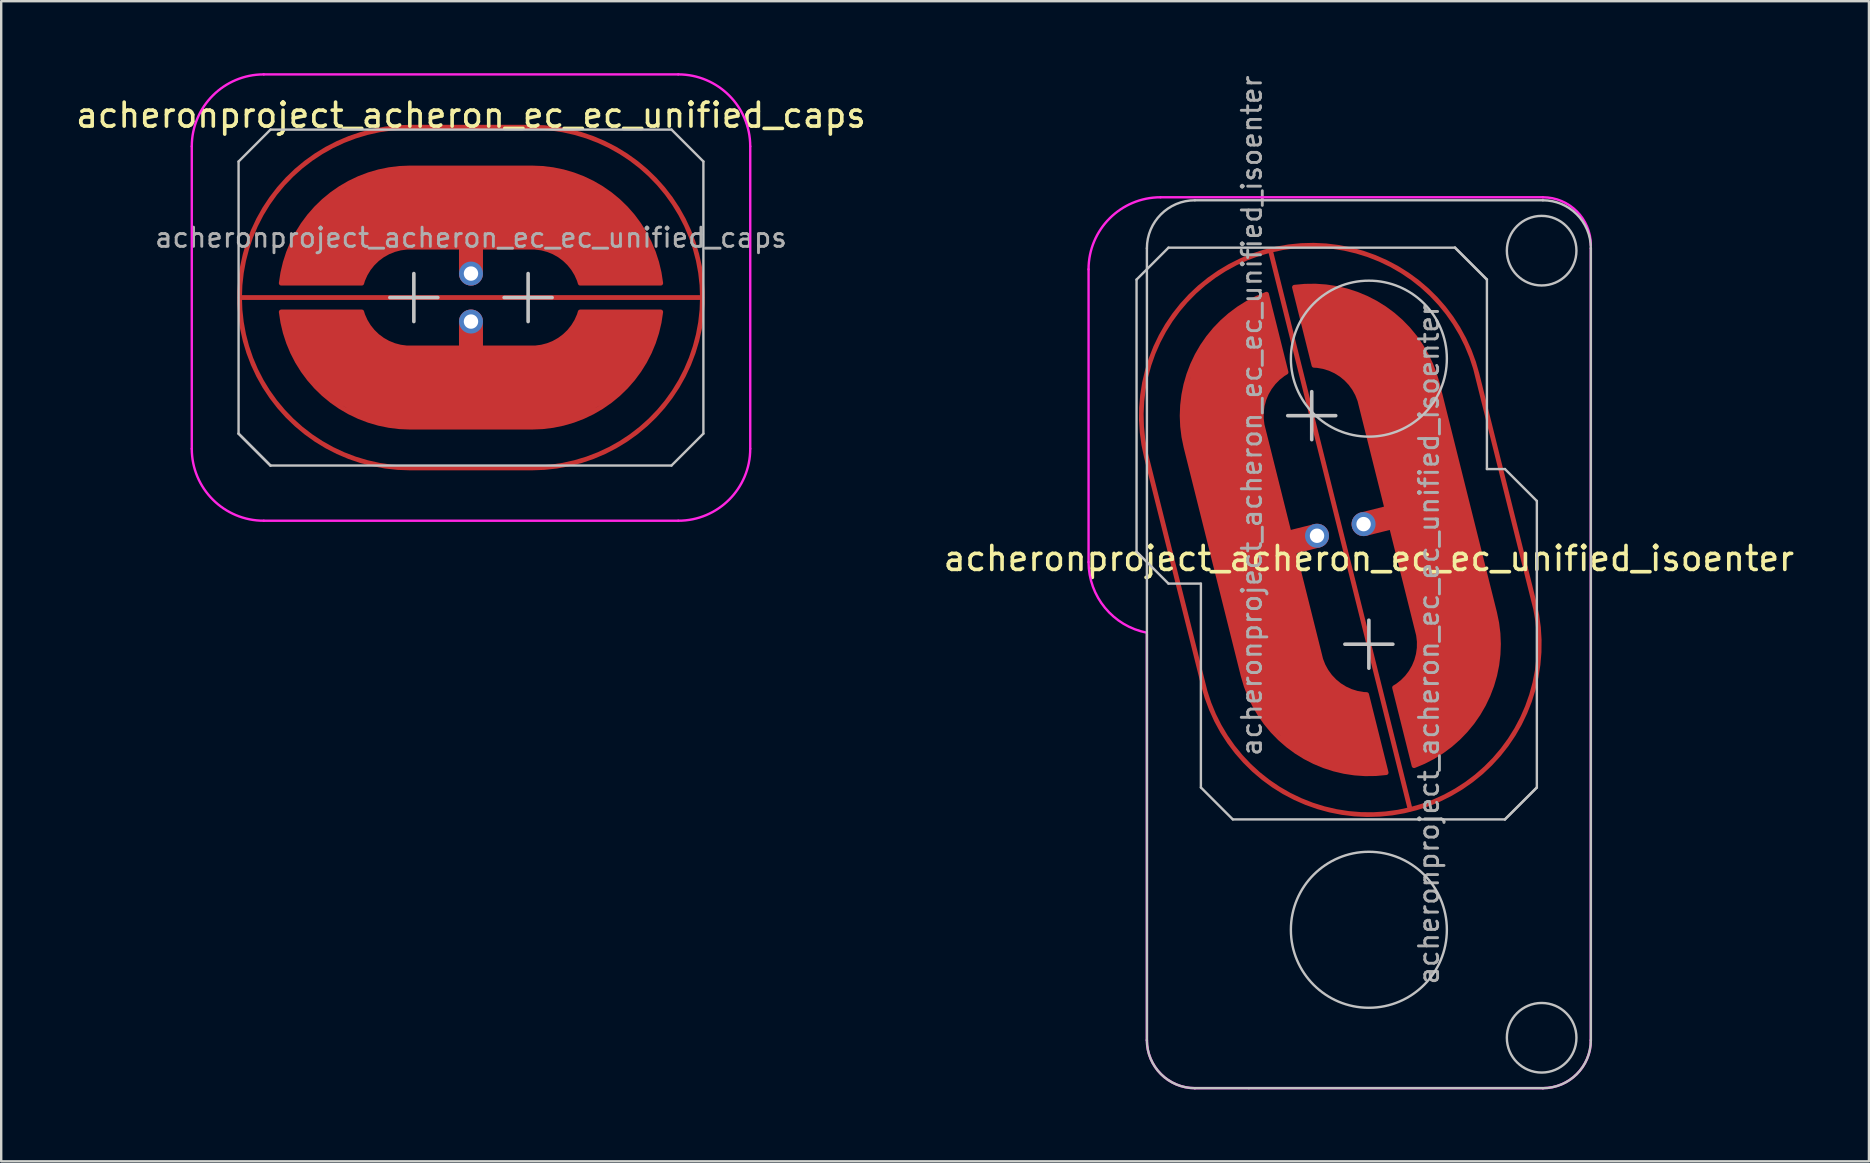
<source format=kicad_pcb>
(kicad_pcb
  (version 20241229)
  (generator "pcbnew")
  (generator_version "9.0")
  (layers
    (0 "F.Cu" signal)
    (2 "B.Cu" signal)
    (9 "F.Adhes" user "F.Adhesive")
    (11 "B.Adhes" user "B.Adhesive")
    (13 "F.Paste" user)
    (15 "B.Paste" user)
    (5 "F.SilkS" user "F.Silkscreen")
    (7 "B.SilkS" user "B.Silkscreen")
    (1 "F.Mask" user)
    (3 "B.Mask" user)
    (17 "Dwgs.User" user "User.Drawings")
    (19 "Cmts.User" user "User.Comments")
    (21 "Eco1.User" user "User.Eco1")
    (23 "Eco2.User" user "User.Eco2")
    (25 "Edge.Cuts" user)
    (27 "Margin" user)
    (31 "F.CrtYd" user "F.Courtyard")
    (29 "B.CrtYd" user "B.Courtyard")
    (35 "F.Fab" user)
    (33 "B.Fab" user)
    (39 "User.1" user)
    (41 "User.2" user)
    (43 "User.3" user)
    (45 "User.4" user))
  (footprint "acheronproject_acheron_ec_ec_unified_caps"
    (layer "F.Cu")
    (at 16.577 9.35)
    (property "Reference" "acheronproject_acheron_ec_ec_unified_caps" (at 0 -7.6 0) (layer "F.SilkS") (effects (font (size 1 1) (thickness 0.15))))
    (attr through_hole)
    (fp_line (start -9.685 -5.669) (end -8.355 -6.999) (stroke (width 0.1) (type solid)) (layer "Dwgs.User"))
    (fp_line (start -9.685 5.671) (end -9.685 -5.669) (stroke (width 0.1) (type solid)) (layer "Dwgs.User"))
    (fp_line (start -9.685 5.671) (end -8.355 7.001) (stroke (width 0.1) (type solid)) (layer "Dwgs.User"))
    (fp_line (start -8.355 -6.999) (end 8.355 -7) (stroke (width 0.1) (type solid)) (layer "Dwgs.User"))
    (fp_line (start -8.355 7.001) (end -9.685 5.671) (stroke (width 0.1) (type solid)) (layer "Dwgs.User"))
    (fp_line (start -8.355 7.001) (end 8.355 7) (stroke (width 0.1) (type solid)) (layer "Dwgs.User"))
    (fp_line (start -3.381 0) (end -1.381 0) (stroke (width 0.15) (type default)) (layer "Dwgs.User"))
    (fp_line (start -2.381 -1) (end -2.381 1) (stroke (width 0.15) (type default)) (layer "Dwgs.User"))
    (fp_line (start 1.381 0) (end 3.381 0) (stroke (width 0.15) (type default)) (layer "Dwgs.User"))
    (fp_line (start 2.381 -1) (end 2.381 1) (stroke (width 0.15) (type default)) (layer "Dwgs.User"))
    (fp_line (start 8.355 -7) (end 9.685 -5.67) (stroke (width 0.1) (type solid)) (layer "Dwgs.User"))
    (fp_line (start 9.685 -5.67) (end 9.685 5.67) (stroke (width 0.1) (type solid)) (layer "Dwgs.User"))
    (fp_line (start 9.685 5.67) (end 8.355 7) (stroke (width 0.1) (type solid)) (layer "Dwgs.User"))
    (fp_line (start -11.635 6.3) (end -11.635 -6.3) (stroke (width 0.1) (type solid)) (layer "F.CrtYd"))
    (fp_line (start 8.637 -9.3) (end -8.635 -9.3) (stroke (width 0.1) (type solid)) (layer "F.CrtYd"))
    (fp_line (start 8.637 9.3) (end -8.635 9.3) (stroke (width 0.1) (type solid)) (layer "F.CrtYd"))
    (fp_line (start 11.637 -6.3) (end 11.637 6.3) (stroke (width 0.1) (type solid)) (layer "F.CrtYd"))
    (fp_arc (start -11.63503 -6.3) (mid -10.75635 -8.42132) (end -8.63503 -9.3) (stroke (width 0.1) (type solid)) (layer "F.CrtYd"))
    (fp_arc (start -8.63503 9.3) (mid -10.75635 8.42132) (end -11.63503 6.3) (stroke (width 0.1) (type solid)) (layer "F.CrtYd"))
    (fp_arc (start 8.636842 -9.3) (mid 10.758162 -8.42132) (end 11.636842 -6.3) (stroke (width 0.1) (type solid)) (layer "F.CrtYd"))
    (fp_arc (start 11.636842 6.3) (mid 10.758162 8.42132) (end 8.636842 9.3) (stroke (width 0.1) (type solid)) (layer "F.CrtYd"))
    (fp_text user "${REFERENCE}" (at 0 -2.498 0) (layer "F.Fab") (effects (font (size 0.8 0.8) (thickness 0.12))))
    (pad "1" smd custom (at 0 -7.1) (size 0.2 0.2) (layers "F.Cu") (options (anchor circle)) (primitives (gr_line (start -2.54 0) (end 2.54 0) (width 0.2)) (gr_arc (start 2.54 0) (mid 9.64 7.1) (end 2.54 14.2) (width 0.2)) (gr_line (start -9.64 7.1) (end 9.64 7.1) (width 0.2)) (gr_arc (start -2.54 14.2) (mid -9.64 7.1) (end -2.54 0) (width 0.2)) (gr_line (start -2.54 14.2) (end 2.54 14.2) (width 0.2))))
    (pad "2" smd custom (at 0 -4.1 270) (size 0.2 0.2) (layers "F.Cu") (options (anchor circle)) (primitives (gr_rect (start -1.3 -2.54) (end 2 2.54) (width 0.2) (fill yes)) (gr_arc (start 3.5 4.55246) (mid 2.416255 3.794989) (end 2.000001 2.54) (width 0.2)) (gr_arc (start 3.499999 7.906562) (mid 0.075078 6.139999) (end -1.299999 2.54) (width 0.2)) (gr_line (start 3.5 4.552) (end 3.5 7.907) (width 0.2)) (gr_poly (pts (xy 3.1 7.84) (xy 2.1 7.54) (xy 1.1 7.04) (xy 0.1 6.14) (xy -0.9 4.54) (xy -1.2 3.54) (xy -1.3 2.54) (xy 2 2.54) (xy 2.2 3.54) (xy 3.1 4.34) (xy 3.5 4.552) (xy 3.5 7.907)) (width 0) (fill yes)) (gr_line (start 3.1 0) (end 0.6 0) (width 1)) (gr_arc (start -1.299999 -2.54) (mid 0.073782 -6.138549) (end 3.496134 -7.906128) (width 0.2)) (gr_line (start 3.5 -4.552) (end 3.5 -7.907) (width 0.2)) (gr_arc (start 2.000001 -2.54) (mid 2.415194 -3.793565) (end 3.496598 -4.551443) (width 0.2)) (gr_poly (pts (xy -1.3 -2.54) (xy -1.2 -3.54) (xy -0.9 -4.54) (xy 0.1 -6.14) (xy 1.1 -7.04) (xy 2.1 -7.54) (xy 3.1 -7.84) (xy 3.5 -7.907) (xy 3.5 -4.552) (xy 3.1 -4.34) (xy 2.2 -3.54) (xy 2 -2.54)) (width 0) (fill yes))))
    (pad "2" thru_hole circle (at 0 -1 270) (size 1 1) (drill 0.6) (layers "*.Cu" "B.Mask"))
    (pad "3" thru_hole circle (at 0 1 270) (size 1 1) (drill 0.6) (layers "*.Cu" "B.Mask"))
    (pad "3" smd circle (at 0 2.247 270) (size 0.2 0.2) (layers "F.Cu"))
    (pad "3" smd custom (at 0 4.1 90) (size 0.2 0.2) (layers "F.Cu") (options (anchor circle)) (primitives (gr_rect (start -1.3 -2.54) (end 2 2.54) (width 0.2) (fill yes)) (gr_arc (start 3.5 4.55246) (mid 2.416255 3.794989) (end 2.000001 2.54) (width 0.2)) (gr_arc (start 3.499999 7.906562) (mid 0.075078 6.139999) (end -1.299999 2.54) (width 0.2)) (gr_line (start 3.5 4.552) (end 3.5 7.907) (width 0.2)) (gr_poly (pts (xy 3.1 7.84) (xy 2.1 7.54) (xy 1.1 7.04) (xy 0.1 6.14) (xy -0.9 4.54) (xy -1.2 3.54) (xy -1.3 2.54) (xy 2 2.54) (xy 2.2 3.54) (xy 3.1 4.34) (xy 3.5 4.552) (xy 3.5 7.907)) (width 0) (fill yes)) (gr_line (start 3.1 0) (end 0.6 0) (width 1)) (gr_arc (start -1.299999 -2.54) (mid 0.073782 -6.138549) (end 3.496134 -7.906128) (width 0.2)) (gr_line (start 3.5 -4.552) (end 3.5 -7.907) (width 0.2)) (gr_arc (start 2.000001 -2.54) (mid 2.415194 -3.793565) (end 3.496598 -4.551443) (width 0.2)) (gr_poly (pts (xy -1.3 -2.54) (xy -1.2 -3.54) (xy -0.9 -4.54) (xy 0.1 -6.14) (xy 1.1 -7.04) (xy 2.1 -7.54) (xy 3.1 -7.84) (xy 3.5 -7.907) (xy 3.5 -4.552) (xy 3.1 -4.34) (xy 2.2 -3.54) (xy 2 -2.54)) (width 0) (fill yes))))
    (zone (net_name "") (layer "F.Cu") (hatch edge 0.508) (connect_pads) (min_thickness 0.254) (filled_areas_thickness no) (keepout (tracks allowed) (vias allowed) (pads allowed) (copperpour not_allowed) (footprints allowed)) (placement (enabled no)) (fill) (polygon (pts (xy 19.117 2.25) (xy 20.117 2.35) (xy 21.017 2.55) (xy 22.117 2.95) (xy 23.117 3.45) (xy 24.117 4.25) (xy 25.017 5.35) (xy 25.517 6.35) (xy 25.917 7.35) (xy 26.117 8.35) (xy 26.217 9.35) (xy 26.117 10.35) (xy 25.917 11.35) (xy 25.517 12.35) (xy 25.017 13.35) (xy 24.117 14.35) (xy 23.577 14.85) (xy 23.117 15.25) (xy 22.117 15.75) (xy 21.117 16.15) (xy 20.117 16.35) (xy 19.117 16.45) (xy 14.037 16.45) (xy 13.037 16.35) (xy 12.037 16.15) (xy 11.037 15.75) (xy 10.237 15.35) (xy 8.937 14.35) (xy 8.137 13.35) (xy 7.537 12.35) (xy 7.237 11.35) (xy 7.037 10.35) (xy 6.937 9.35) (xy 7.037 8.35) (xy 7.237 7.35) (xy 7.637 6.35) (xy 8.137 5.35) (xy 9.037 4.35) (xy 10.037 3.45) (xy 11.037 2.95) (xy 12.037 2.55) (xy 13.037 2.35) (xy 14.037 2.25)))))
  (footprint "acheronproject_acheron_ec_ec_unified_isoenter"
    (layer "F.Cu")
    (at 53.994 23.796)
    (property "Reference" "acheronproject_acheron_ec_ec_unified_isoenter" (at 0 -3.572 0) (layer "F.SilkS") (effects (font (size 1 1) (thickness 0.15))))
    (attr through_hole)
    (fp_line (start -9.681 -15.195) (end -8.351 -16.525) (stroke (width 0.1) (type solid)) (layer "Dwgs.User"))
    (fp_line (start -9.681 -3.855) (end -9.681 -15.195) (stroke (width 0.1) (type solid)) (layer "Dwgs.User"))
    (fp_line (start -9.25 16.5) (end -9.25 -16.5) (stroke (width 0.1) (type solid)) (layer "Dwgs.User"))
    (fp_line (start -8.351 -16.525) (end 3.589 -16.525) (stroke (width 0.1) (type solid)) (layer "Dwgs.User"))
    (fp_line (start -8.351 -2.525) (end -9.681 -3.855) (stroke (width 0.1) (type solid)) (layer "Dwgs.User"))
    (fp_line (start -7.25 -18.5) (end 7.25 -18.5) (stroke (width 0.1) (type solid)) (layer "Dwgs.User"))
    (fp_line (start -7 -2.525) (end -8.351 -2.525) (stroke (width 0.1) (type solid)) (layer "Dwgs.User"))
    (fp_line (start -7 5.97) (end -7 -2.525) (stroke (width 0.1) (type solid)) (layer "Dwgs.User"))
    (fp_line (start -5.67 7.3) (end -7 5.97) (stroke (width 0.1) (type solid)) (layer "Dwgs.User"))
    (fp_line (start -5 18.5) (end -7.25 18.5) (stroke (width 0.1) (type solid)) (layer "Dwgs.User"))
    (fp_line (start -5 18.5) (end 7.25 18.5) (stroke (width 0.1) (type solid)) (layer "Dwgs.User"))
    (fp_line (start -3.381 -9.525) (end -1.381 -9.525) (stroke (width 0.15) (type default)) (layer "Dwgs.User"))
    (fp_line (start -2.381 -10.525) (end -2.381 -8.525) (stroke (width 0.15) (type default)) (layer "Dwgs.User"))
    (fp_line (start -1 0) (end 1 0) (stroke (width 0.15) (type default)) (layer "Dwgs.User"))
    (fp_line (start 0 -1) (end 0 1) (stroke (width 0.15) (type default)) (layer "Dwgs.User"))
    (fp_line (start 3.589 -16.525) (end 4.919 -15.195) (stroke (width 0.1) (type solid)) (layer "Dwgs.User"))
    (fp_line (start 4.919 -15.195) (end 3.589 -16.525) (stroke (width 0.1) (type solid)) (layer "Dwgs.User"))
    (fp_line (start 4.919 -15.195) (end 4.919 -7.3) (stroke (width 0.1) (type solid)) (layer "Dwgs.User"))
    (fp_line (start 4.919 -7.3) (end 5.67 -7.3) (stroke (width 0.1) (type solid)) (layer "Dwgs.User"))
    (fp_line (start 5.67 -7.3) (end 7 -5.97) (stroke (width 0.1) (type solid)) (layer "Dwgs.User"))
    (fp_line (start 5.67 7.3) (end -5.67 7.3) (stroke (width 0.1) (type solid)) (layer "Dwgs.User"))
    (fp_line (start 5.67 7.3) (end 7 5.97) (stroke (width 0.1) (type solid)) (layer "Dwgs.User"))
    (fp_line (start 7 -5.97) (end 7 5.97) (stroke (width 0.1) (type solid)) (layer "Dwgs.User"))
    (fp_line (start 7 5.97) (end 5.67 7.3) (stroke (width 0.1) (type solid)) (layer "Dwgs.User"))
    (fp_line (start 9.25 16.5) (end 9.25 -16.5) (stroke (width 0.1) (type solid)) (layer "Dwgs.User"))
    (fp_arc (start -9.25 -16.5) (mid -8.664214 -17.914214) (end -7.25 -18.5) (stroke (width 0.1) (type solid)) (layer "Dwgs.User"))
    (fp_arc (start -7.25 18.5) (mid -8.664214 17.914214) (end -9.25 16.5) (stroke (width 0.1) (type solid)) (layer "Dwgs.User"))
    (fp_arc (start 7.25 -18.5) (mid 8.664214 -17.914214) (end 9.25 -16.5) (stroke (width 0.1) (type solid)) (layer "Dwgs.User"))
    (fp_arc (start 9.25 16.5) (mid 8.664214 17.914214) (end 7.25 18.5) (stroke (width 0.1) (type solid)) (layer "Dwgs.User"))
    (fp_circle (center 0 -11.9) (end 0 -15.15) (stroke (width 0.1) (type solid)) (fill no) (layer "Dwgs.User"))
    (fp_circle (center 0 11.9) (end 0 8.65) (stroke (width 0.1) (type solid)) (fill no) (layer "Dwgs.User"))
    (fp_circle (center 7.2 -16.4) (end 7.2 -17.85) (stroke (width 0.1) (type solid)) (fill no) (layer "Dwgs.User"))
    (fp_circle (center 7.2 16.4) (end 7.2 14.95) (stroke (width 0.1) (type solid)) (fill no) (layer "Dwgs.User"))
    (fp_line (start -11.681 -3.425) (end -11.681 -15.625) (stroke (width 0.1) (type solid)) (layer "F.CrtYd"))
    (fp_line (start -9.25 16.5) (end -9.25 -0.425) (stroke (width 0.1) (type solid)) (layer "F.CrtYd"))
    (fp_line (start -8.681 -18.625) (end 7.25 -18.625) (stroke (width 0.1) (type solid)) (layer "F.CrtYd"))
    (fp_line (start -7.25 18.5) (end 7.25 18.5) (stroke (width 0.1) (type solid)) (layer "F.CrtYd"))
    (fp_line (start 9.25 16.5) (end 9.25 -16.5) (stroke (width 0.1) (type solid)) (layer "F.CrtYd"))
    (fp_arc (start -11.68125 -15.625) (mid -10.80257 -17.74632) (end -8.68125 -18.625) (stroke (width 0.1) (type solid)) (layer "F.CrtYd"))
    (fp_arc (start -9.25 -0.479456) (mid -10.994917 -1.515352) (end -11.68125 -3.425001) (stroke (width 0.1) (type solid)) (layer "F.CrtYd"))
    (fp_arc (start -7.25 18.5) (mid -8.664214 17.914214) (end -9.25 16.5) (stroke (width 0.1) (type solid)) (layer "F.CrtYd"))
    (fp_arc (start 7.25 -18.625) (mid 8.664214 -18.039214) (end 9.25 -16.625) (stroke (width 0.1) (type solid)) (layer "F.CrtYd"))
    (fp_arc (start 9.25 16.5) (mid 8.664214 17.914214) (end 7.25 18.5) (stroke (width 0.1) (type solid)) (layer "F.CrtYd"))
    (fp_text user "${REFERENCE}" (at -4.881 -9.525 90) (layer "F.Fab") (effects (font (size 0.8 0.8) (thickness 0.12))))
    (fp_text user "${REFERENCE}" (at 2.5 0 270) (layer "F.Fab") (effects (font (size 0.8 0.8) (thickness 0.12))))
    (pad "" smd circle (at -2.161 -4.52 14.036) (size 0.55 0.55) (layers "F.Mask"))
    (pad "" smd circle (at -0.22 -5.005 14.036) (size 0.55 0.55) (layers "F.Mask"))
    (pad "1" smd custom (at -1.191 -4.763 104.036) (size 0.2 0.2) (layers "F.Cu") (options (anchor circle)) (primitives (gr_line (start 12.009 -0.000004) (end -12.009 0.000004) (width 0.2)) (gr_arc (start -4.909072 7.100004) (mid -12.009073 0.000005) (end -4.909073 -7.099996) (width 0.2)) (gr_arc (start 4.909072 -7.100004) (mid 12.009073 -0.000005) (end 4.909073 7.099996) (width 0.2)) (gr_line (start 4.909 7.1) (end -4.909 7.1) (width 0.2)) (gr_line (start 4.909 -7.1) (end -4.909 -7.1) (width 0.2))))
    (pad "2" smd custom (at -6.359 -8.531 14.036) (size 0.2 0.2) (layers "F.Cu") (options (anchor circle)) (primitives (gr_poly (pts (xy -1.3 0) (xy -1.2 -1) (xy -0.9 -2) (xy 0.1 -3.6) (xy 1.1 -4.5) (xy 2.1 -5) (xy 3.1 -5.3) (xy 3.5 -5.367) (xy 3.5 -2.012) (xy 3.1 -1.8) (xy 2.2 -1) (xy 2 0)) (width 0) (fill yes)) (gr_line (start 3.5 -2.012) (end 3.5 -5.367) (width 0.2)) (gr_arc (start -1.299999 0) (mid 0.073783 -3.598551) (end 3.496138 -5.366129) (width 0.2)) (gr_arc (start 2.000001 0) (mid 2.415194 -1.253565) (end 3.496597 -2.011442) (width 0.2)) (gr_poly (pts (xy 2 0) (xy -1.3 0) (xy -1.3 9.818) (xy 2 9.818)) (width 0.2) (fill yes)) (gr_poly (pts (xy 3.1 15.118) (xy 2.1 14.818) (xy 1.1 14.318) (xy 0.1 13.418) (xy -0.9 11.818) (xy -1.2 10.818) (xy -1.3 9.818) (xy 2 9.818) (xy 2.2 10.818) (xy 3.1 11.618) (xy 3.5 11.831) (xy 3.5 15.185)) (width 0) (fill yes)) (gr_line (start 3.5 11.831) (end 3.5 15.185) (width 0.2)) (gr_arc (start 3.500005 15.184707) (mid 0.075085 13.418144) (end -1.299992 9.818145) (width 0.2)) (gr_arc (start 3.500006 11.830605) (mid 2.416265 11.073133) (end 2.000015 9.818145) (width 0.2)) (gr_line (start 3.1 4.909) (end 0.6 4.909) (width 1))))
    (pad "2" thru_hole circle (at -2.161 -4.52 14.036) (size 1 1) (drill 0.6) (layers "*.Cu" "B.Mask"))
    (pad "3" thru_hole circle (at -0.22 -5.005 14.036) (size 1 1) (drill 0.6) (layers "*.Cu" "B.Mask"))
    (pad "3" smd custom (at 3.978 -0.994 14.036) (size 0.2 0.2) (layers "F.Cu") (options (anchor circle)) (primitives (gr_poly (pts (xy 1.3 0) (xy 1.2 1) (xy 0.9 2) (xy -0.1 3.6) (xy -1.1 4.5) (xy -2.1 5) (xy -3.5 5.367) (xy -3.5 2.012) (xy -3.1 1.8) (xy -2.2 1) (xy -2 0)) (width 0) (fill yes)) (gr_line (start -3.5 2.012) (end -3.5 5.367) (width 0.2)) (gr_arc (start 1.299999 0) (mid -0.073783 3.59855) (end -3.496137 5.366129) (width 0.2)) (gr_arc (start -2.000001 0) (mid -2.415195 1.253566) (end -3.496599 2.011443) (width 0.2)) (gr_poly (pts (xy 1.3 0) (xy 1.3 -9.818) (xy -2 -9.818) (xy -2 0)) (width 0.2) (fill yes)) (gr_poly (pts (xy -3.1 -15.118) (xy -2.1 -14.818) (xy -1.1 -14.318) (xy -0.1 -13.418) (xy 0.473 -12.669) (xy 0.9 -11.818) (xy 1.2 -10.818) (xy 1.3 -9.818) (xy -2 -9.818) (xy -2.2 -10.818) (xy -3.1 -11.618) (xy -3.5 -11.831) (xy -3.5 -15.185)) (width 0) (fill yes)) (gr_line (start -3.5 -11.831) (end -3.5 -15.185) (width 0.2)) (gr_arc (start -3.500007 -11.830605) (mid -2.416263 -11.073134) (end -2.000008 -9.818145) (width 0.2)) (gr_arc (start -3.500007 -15.184709) (mid -0.075084 -13.418146) (end 1.299993 -9.818145) (width 0.2)) (gr_line (start -0.6 -4.909) (end -3.1 -4.909) (width 1))))
    (zone (net_name "") (layer "F.Cu") (hatch edge 0.508) (connect_pads) (min_thickness 0.254) (filled_areas_thickness no) (keepout (tracks allowed) (vias allowed) (pads allowed) (copperpour not_allowed) (footprints allowed)) (placement (enabled no)) (fill) (polygon (pts (xy 44.725 15.993) (xy 44.579 14.999) (xy 44.555 14.077) (xy 44.676 12.913) (xy 44.919 11.822) (xy 45.452 10.658) (xy 46.301 9.518) (xy 47.15 8.79) (xy 48.023 8.16) (xy 48.945 7.723) (xy 49.891 7.383) (xy 50.885 7.238) (xy 51.904 7.189) (xy 52.971 7.335) (xy 54.062 7.577) (xy 55.251 8.208) (xy 56.367 8.96) (xy 57.094 9.809) (xy 57.725 10.682) (xy 58.161 11.604) (xy 58.501 12.549) (xy 60.882 22.074) (xy 61.028 23.069) (xy 61.076 24.087) (xy 60.931 25.155) (xy 60.737 26.028) (xy 60.082 27.531) (xy 59.306 28.55) (xy 58.481 29.375) (xy 57.584 29.908) (xy 56.662 30.345) (xy 55.716 30.684) (xy 54.722 30.83) (xy 53.703 30.878) (xy 52.636 30.733) (xy 51.544 30.49) (xy 50.356 29.86) (xy 49.24 29.108) (xy 48.513 28.259) (xy 47.882 27.386) (xy 47.446 26.464) (xy 47.106 25.518)))))
  (gr_rect
    (start -3 -3)
    (end 74.833 45.346)
    (stroke (width 0.1) (type default))
    (fill no)
    (layer "Edge.Cuts")))
</source>
